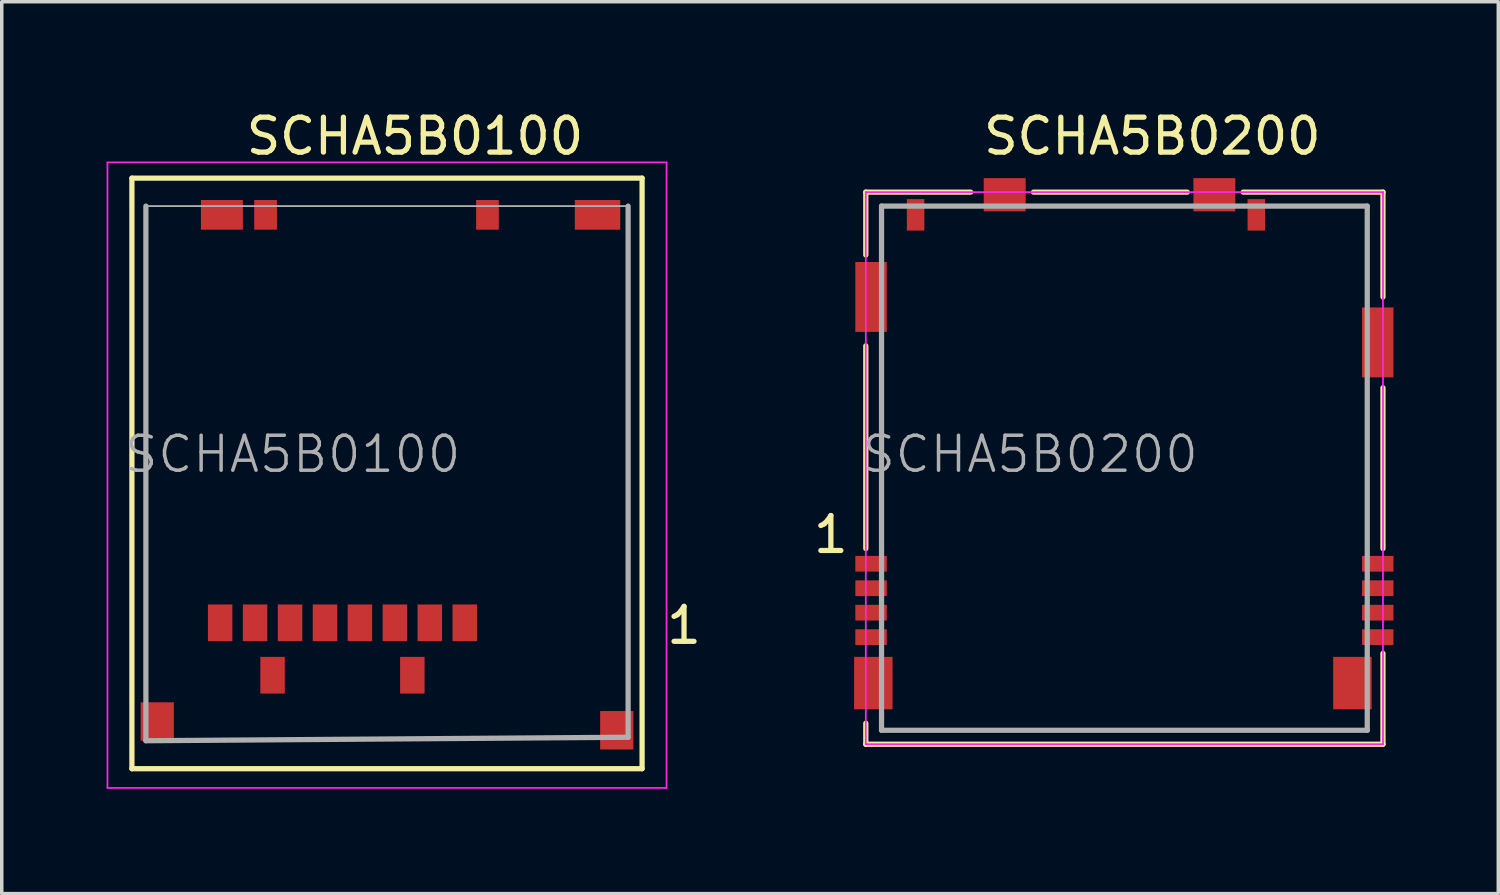
<source format=kicad_pcb>
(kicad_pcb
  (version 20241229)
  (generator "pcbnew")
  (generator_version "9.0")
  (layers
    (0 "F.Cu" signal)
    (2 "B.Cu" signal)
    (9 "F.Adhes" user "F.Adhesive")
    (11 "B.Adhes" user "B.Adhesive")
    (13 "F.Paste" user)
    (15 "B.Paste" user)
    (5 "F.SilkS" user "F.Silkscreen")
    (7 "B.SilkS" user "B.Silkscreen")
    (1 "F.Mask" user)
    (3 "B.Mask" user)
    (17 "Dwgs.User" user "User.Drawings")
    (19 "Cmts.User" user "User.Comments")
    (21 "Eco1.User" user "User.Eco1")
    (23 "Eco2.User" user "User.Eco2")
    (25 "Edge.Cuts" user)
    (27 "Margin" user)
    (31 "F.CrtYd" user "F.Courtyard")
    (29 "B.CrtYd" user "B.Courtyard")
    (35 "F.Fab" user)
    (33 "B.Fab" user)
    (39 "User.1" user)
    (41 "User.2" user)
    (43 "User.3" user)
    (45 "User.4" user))
  (footprint "SCHA5B0200"
    (layer "F.Cu")
    (at 29.127 2.848)
    (property "Reference" "SCHA5B0200" (at 0.8 -2 0) (layer "F.SilkS") (effects (font (size 1 1) (thickness 0.15))))
    (attr through_hole)
    (fp_line (start -7.4 -0.4) (end -7.4 1.4) (stroke (width 0.15) (type solid)) (layer "F.SilkS"))
    (fp_line (start -7.4 4) (end -7.4 9.8) (stroke (width 0.15) (type solid)) (layer "F.SilkS"))
    (fp_line (start -7.4 14.8) (end -7.4 15.4) (stroke (width 0.15) (type solid)) (layer "F.SilkS"))
    (fp_line (start -4.4 -0.4) (end -7.4 -0.4) (stroke (width 0.15) (type solid)) (layer "F.SilkS"))
    (fp_line (start -2.6 -0.4) (end 1.8 -0.4) (stroke (width 0.15) (type solid)) (layer "F.SilkS"))
    (fp_line (start 7.4 -0.4) (end 3.4 -0.4) (stroke (width 0.15) (type solid)) (layer "F.SilkS"))
    (fp_line (start 7.4 2.6) (end 7.4 -0.4) (stroke (width 0.15) (type solid)) (layer "F.SilkS"))
    (fp_line (start 7.4 9.8) (end 7.4 5.2) (stroke (width 0.15) (type solid)) (layer "F.SilkS"))
    (fp_line (start 7.4 12.8) (end 7.4 15.4) (stroke (width 0.15) (type solid)) (layer "F.SilkS"))
    (fp_line (start 7.4 15.4) (end -7.4 15.4) (stroke (width 0.15) (type solid)) (layer "F.SilkS"))
    (fp_line (start -7.4 15.4) (end -7.4 -0.4) (stroke (width 0.05) (type solid)) (layer "F.CrtYd"))
    (fp_line (start 7.4 -0.4) (end -7.4 -0.4) (stroke (width 0.05) (type solid)) (layer "F.CrtYd"))
    (fp_line (start 7.4 15.4) (end -7.4 15.4) (stroke (width 0.05) (type solid)) (layer "F.CrtYd"))
    (fp_line (start 7.4 15.4) (end 7.4 -0.4) (stroke (width 0.05) (type solid)) (layer "F.CrtYd"))
    (fp_line (start -6.95 0) (end -6.95 15) (stroke (width 0.15) (type solid)) (layer "F.Fab"))
    (fp_line (start 6.95 0) (end -6.95 0) (stroke (width 0.15) (type solid)) (layer "F.Fab"))
    (fp_line (start 6.95 0) (end 6.95 15) (stroke (width 0.15) (type solid)) (layer "F.Fab"))
    (fp_line (start 6.95 15) (end -6.95 15) (stroke (width 0.15) (type solid)) (layer "F.Fab"))
    (fp_text user "1" (at -8.4 9.4 0) (layer "F.SilkS") (effects (font (size 1 1) (thickness 0.15))))
    (fp_text user "${REFERENCE}" (at -2.7 7.1 0) (layer "F.Fab") (effects (font (size 1 1) (thickness 0.1))))
    (pad "1" smd rect (at -7.25 10.235) (size 0.9 0.45) (layers "F.Cu" "F.Mask" "F.Paste"))
    (pad "2" smd rect (at -7.25 10.935) (size 0.9 0.45) (layers "F.Cu" "F.Mask" "F.Paste"))
    (pad "3" smd rect (at -7.25 11.635) (size 0.9 0.45) (layers "F.Cu" "F.Mask" "F.Paste"))
    (pad "4" smd rect (at -7.25 12.335) (size 0.9 0.45) (layers "F.Cu" "F.Mask" "F.Paste"))
    (pad "5" smd rect (at 7.25 12.335) (size 0.9 0.45) (layers "F.Cu" "F.Mask" "F.Paste"))
    (pad "6" smd rect (at 7.25 11.635) (size 0.9 0.45) (layers "F.Cu" "F.Mask" "F.Paste"))
    (pad "7" smd rect (at 7.25 10.935) (size 0.9 0.45) (layers "F.Cu" "F.Mask" "F.Paste"))
    (pad "8" smd rect (at 7.25 10.235) (size 0.9 0.45) (layers "F.Cu" "F.Mask" "F.Paste"))
    (pad "9" smd rect (at 7.25 3.9) (size 0.9 2) (layers "F.Cu" "F.Mask"))
    (pad "10" smd rect (at 2.575 -0.325) (size 1.2 0.95) (layers "F.Cu" "F.Mask" "F.Paste"))
    (pad "11" smd rect (at -3.425 -0.325) (size 1.2 0.95) (layers "F.Cu" "F.Mask" "F.Paste"))
    (pad "12" smd rect (at -7.25 2.6) (size 0.9 2) (layers "F.Cu" "F.Mask" "F.Paste"))
    (pad "13" smd rect (at -7.185 13.65) (size 1.1 1.5) (layers "F.Cu" "F.Mask" "F.Paste"))
    (pad "14" smd rect (at 6.525 13.65) (size 1.1 1.5) (layers "F.Cu" "F.Mask" "F.Paste"))
    (pad "A" smd rect (at -5.975 0.25) (size 0.5 0.9) (layers "F.Cu" "F.Mask" "F.Paste"))
    (pad "B" smd rect (at 3.775 0.25) (size 0.5 0.9) (layers "F.Cu" "F.Mask" "F.Paste")))
  (footprint "SCHA5B0100"
    (layer "F.Cu")
    (at 8.025 2.848)
    (property "Reference" "SCHA5B0100" (at 0.8 -2 0) (layer "F.SilkS") (effects (font (size 1 1) (thickness 0.15))))
    (attr through_hole)
    (fp_line (start -7.3 -0.8) (end -7.3 16.1) (stroke (width 0.15) (type solid)) (layer "F.SilkS"))
    (fp_line (start 7.3 -0.8) (end -7.3 -0.8) (stroke (width 0.15) (type solid)) (layer "F.SilkS"))
    (fp_line (start 7.3 -0.8) (end 7.3 16.1) (stroke (width 0.15) (type solid)) (layer "F.SilkS"))
    (fp_line (start 7.3 16.1) (end -7.3 16.1) (stroke (width 0.15) (type solid)) (layer "F.SilkS"))
    (fp_line (start -8 16.65) (end -8 -1.25) (stroke (width 0.05) (type solid)) (layer "F.CrtYd"))
    (fp_line (start 8 -1.25) (end -8 -1.25) (stroke (width 0.05) (type solid)) (layer "F.CrtYd"))
    (fp_line (start 8 16.65) (end -8 16.65) (stroke (width 0.05) (type solid)) (layer "F.CrtYd"))
    (fp_line (start 8 16.65) (end 8 -1.25) (stroke (width 0.05) (type solid)) (layer "F.CrtYd"))
    (fp_line (start -6.9 0) (end -6.9 15.3) (stroke (width 0.15) (type solid)) (layer "F.Fab"))
    (fp_line (start 6.9 0) (end -6.9 0) (stroke (width 0.05) (type solid)) (layer "F.Fab"))
    (fp_line (start 6.9 0) (end 6.9 15.2) (stroke (width 0.15) (type solid)) (layer "F.Fab"))
    (fp_line (start 6.9 15.2) (end -6.9 15.3) (stroke (width 0.15) (type solid)) (layer "F.Fab"))
    (fp_text user "1" (at 8.5 12 0) (layer "F.SilkS") (effects (font (size 1 1) (thickness 0.15))))
    (fp_text user "${REFERENCE}" (at -2.7 7.1 0) (layer "F.Fab") (effects (font (size 1 1) (thickness 0.1))))
    (pad "1" smd rect (at 2.225 11.925) (size 0.7 1.05) (layers "F.Cu" "F.Mask" "F.Paste"))
    (pad "2" smd rect (at 1.225 11.925) (size 0.7 1.05) (layers "F.Cu" "F.Mask" "F.Paste"))
    (pad "3" smd rect (at 0.225 11.925) (size 0.7 1.05) (layers "F.Cu" "F.Mask" "F.Paste"))
    (pad "4" smd rect (at -0.775 11.925) (size 0.7 1.05) (layers "F.Cu" "F.Mask" "F.Paste"))
    (pad "5" smd rect (at -1.775 11.925) (size 0.7 1.05) (layers "F.Cu" "F.Mask" "F.Paste"))
    (pad "6" smd rect (at -2.775 11.925) (size 0.7 1.05) (layers "F.Cu" "F.Mask" "F.Paste"))
    (pad "7" smd rect (at -3.775 11.925) (size 0.7 1.05) (layers "F.Cu" "F.Mask" "F.Paste"))
    (pad "8" smd rect (at -4.775 11.925) (size 0.7 1.05) (layers "F.Cu" "F.Mask" "F.Paste"))
    (pad "9" smd rect (at -3.275 13.425) (size 0.7 1.05) (layers "F.Cu" "F.Mask" "F.Paste"))
    (pad "10" smd rect (at -3.475 0.25) (size 0.65 0.85) (layers "F.Cu" "F.Mask" "F.Paste"))
    (pad "11" smd rect (at 0.725 13.425) (size 0.7 1.05) (layers "F.Cu" "F.Mask" "F.Paste"))
    (pad "12" smd rect (at 2.875 0.25) (size 0.65 0.85) (layers "F.Cu" "F.Mask" "F.Paste"))
    (pad "13" smd rect (at 6.025 0.25) (size 1.3 0.85) (layers "F.Cu" "F.Mask" "F.Paste"))
    (pad "14" smd rect (at -4.725 0.25) (size 1.2 0.85) (layers "F.Cu" "F.Mask" "F.Paste"))
    (pad "15" smd rect (at -6.575 14.75) (size 0.95 1.1) (layers "F.Cu" "F.Mask" "F.Paste"))
    (pad "16" smd rect (at 6.575 15) (size 0.95 1.1) (layers "F.Cu" "F.Mask" "F.Paste")))
  (gr_rect
    (start -3 -3)
    (end 39.827 22.523)
    (stroke (width 0.1) (type default))
    (fill no)
    (layer "Edge.Cuts")))
</source>
